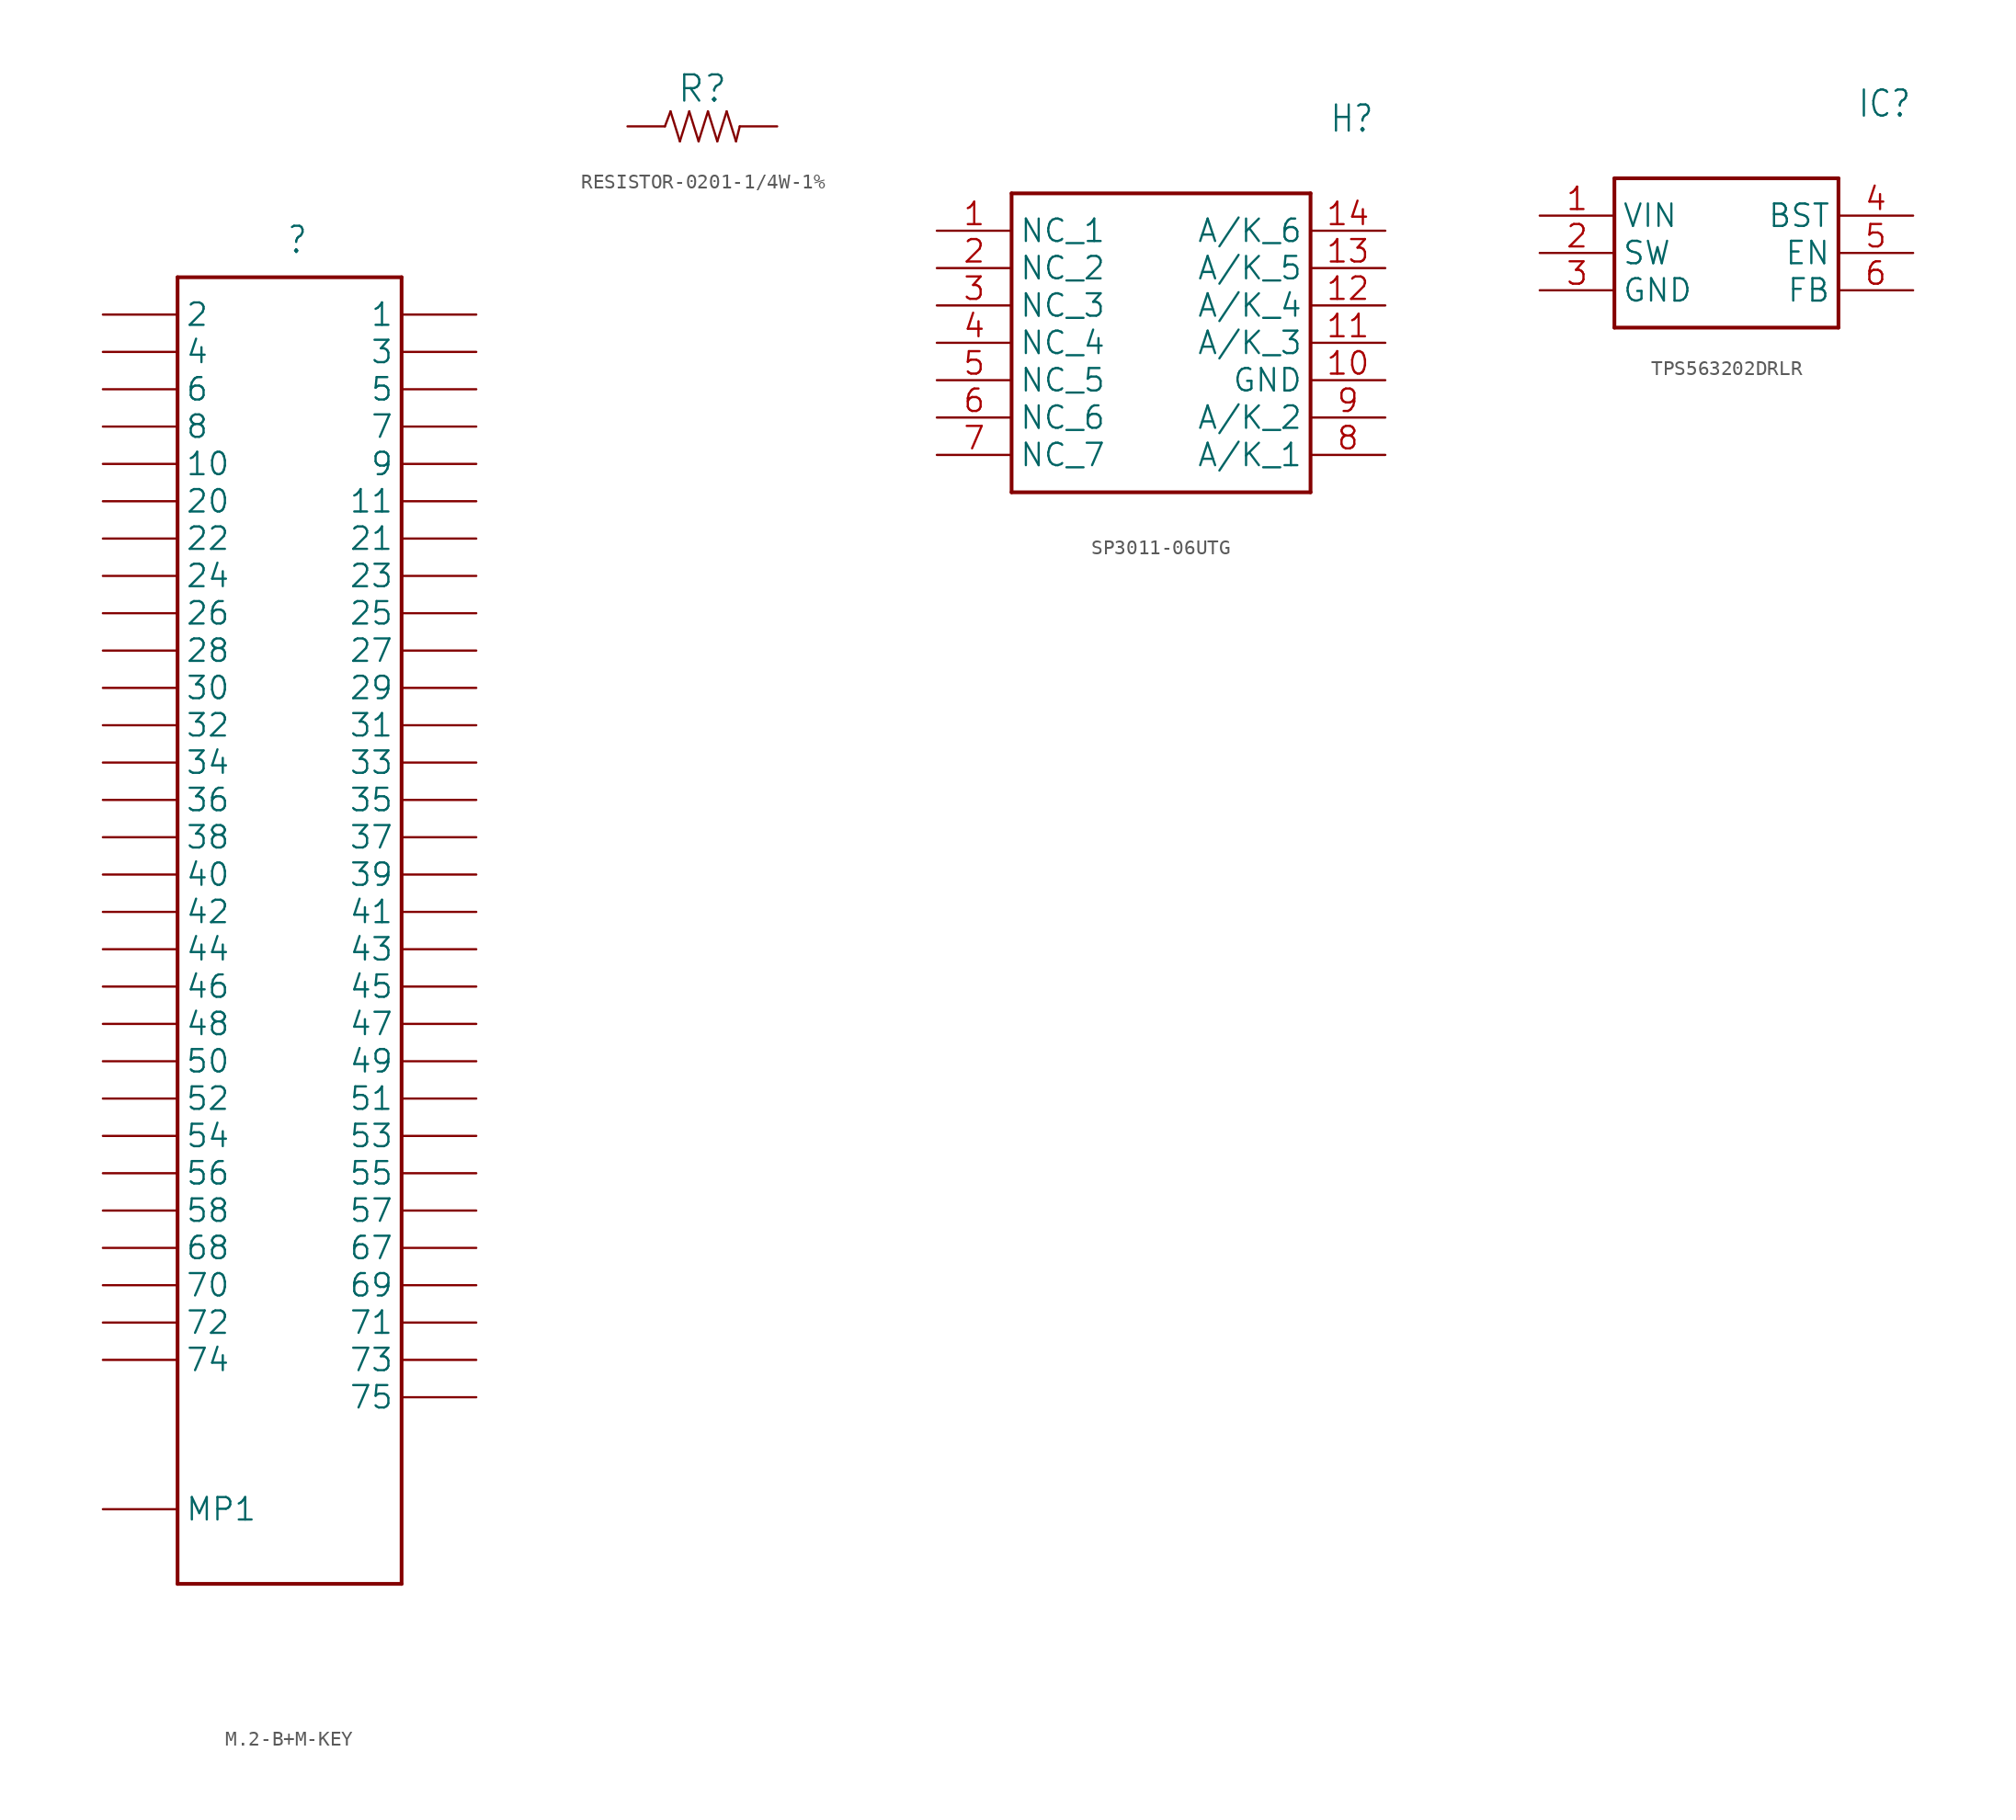
<source format=kicad_sym>
(kicad_symbol_lib
  (version 20241209)
  (generator "kicad_symbol_editor")
  (generator_version "9.0")
  (symbol "M.2-B+M-KEY"
    (property "Reference" ""
      (at 8.89 91.44 0)
      (effects (font (size 1.778 1.511)) (justify right)))
    (property "Value" ""
      (at 8.89 93.98 0)
      (effects (font (size 1.778 1.511)) (justify right)))
    (property "ki_locked" ""
      (at 0 0 0)
      (effects (font (size 1.27 1.27))))
    (symbol "M.2-B+M-KEY_1_0"
      (polyline (pts (xy 0 0) (xy 0 88.9)) (stroke (width 0.254) (type solid)) (fill (type none)))
      (polyline (pts (xy 0 0) (xy 15.24 0)) (stroke (width 0.254) (type solid)) (fill (type none)))
      (polyline (pts (xy 15.24 88.9) (xy 0 88.9)) (stroke (width 0.254) (type solid)) (fill (type none)))
      (polyline (pts (xy 15.24 88.9) (xy 15.24 0)) (stroke (width 0.254) (type solid)) (fill (type none)))
      (pin bidirectional line (at -5.08 86.36 0) (length 5.08) (name "2" (effects (font (size 1.524 1.524)))) (number "P$2" (effects (font (size 0 0)))))
      (pin bidirectional line (at -5.08 83.82 0) (length 5.08) (name "4" (effects (font (size 1.524 1.524)))) (number "P$4" (effects (font (size 0 0)))))
      (pin bidirectional line (at -5.08 81.28 0) (length 5.08) (name "6" (effects (font (size 1.524 1.524)))) (number "P$6" (effects (font (size 0 0)))))
      (pin bidirectional line (at -5.08 78.74 0) (length 5.08) (name "8" (effects (font (size 1.524 1.524)))) (number "P$8" (effects (font (size 0 0)))))
      (pin bidirectional line (at -5.08 76.2 0) (length 5.08) (name "10" (effects (font (size 1.524 1.524)))) (number "P$10" (effects (font (size 0 0)))))
      (pin bidirectional line (at -5.08 73.66 0) (length 5.08) (name "20" (effects (font (size 1.524 1.524)))) (number "P$20" (effects (font (size 0 0)))))
      (pin bidirectional line (at -5.08 71.12 0) (length 5.08) (name "22" (effects (font (size 1.524 1.524)))) (number "P$22" (effects (font (size 0 0)))))
      (pin bidirectional line (at -5.08 68.58 0) (length 5.08) (name "24" (effects (font (size 1.524 1.524)))) (number "P$24" (effects (font (size 0 0)))))
      (pin bidirectional line (at -5.08 66.04 0) (length 5.08) (name "26" (effects (font (size 1.524 1.524)))) (number "P$26" (effects (font (size 0 0)))))
      (pin bidirectional line (at -5.08 63.5 0) (length 5.08) (name "28" (effects (font (size 1.524 1.524)))) (number "P$28" (effects (font (size 0 0)))))
      (pin bidirectional line (at -5.08 60.96 0) (length 5.08) (name "30" (effects (font (size 1.524 1.524)))) (number "P$30" (effects (font (size 0 0)))))
      (pin bidirectional line (at -5.08 58.42 0) (length 5.08) (name "32" (effects (font (size 1.524 1.524)))) (number "P$32" (effects (font (size 0 0)))))
      (pin bidirectional line (at -5.08 55.88 0) (length 5.08) (name "34" (effects (font (size 1.524 1.524)))) (number "P$34" (effects (font (size 0 0)))))
      (pin bidirectional line (at -5.08 53.34 0) (length 5.08) (name "36" (effects (font (size 1.524 1.524)))) (number "P$36" (effects (font (size 0 0)))))
      (pin bidirectional line (at -5.08 50.8 0) (length 5.08) (name "38" (effects (font (size 1.524 1.524)))) (number "P$38" (effects (font (size 0 0)))))
      (pin bidirectional line (at -5.08 48.26 0) (length 5.08) (name "40" (effects (font (size 1.524 1.524)))) (number "P$40" (effects (font (size 0 0)))))
      (pin bidirectional line (at -5.08 45.72 0) (length 5.08) (name "42" (effects (font (size 1.524 1.524)))) (number "P$42" (effects (font (size 0 0)))))
      (pin bidirectional line (at -5.08 43.18 0) (length 5.08) (name "44" (effects (font (size 1.524 1.524)))) (number "P$44" (effects (font (size 0 0)))))
      (pin bidirectional line (at -5.08 40.64 0) (length 5.08) (name "46" (effects (font (size 1.524 1.524)))) (number "P$46" (effects (font (size 0 0)))))
      (pin bidirectional line (at -5.08 38.1 0) (length 5.08) (name "48" (effects (font (size 1.524 1.524)))) (number "P$48" (effects (font (size 0 0)))))
      (pin bidirectional line (at -5.08 35.56 0) (length 5.08) (name "50" (effects (font (size 1.524 1.524)))) (number "P$50" (effects (font (size 0 0)))))
      (pin bidirectional line (at -5.08 33.02 0) (length 5.08) (name "52" (effects (font (size 1.524 1.524)))) (number "P$52" (effects (font (size 0 0)))))
      (pin bidirectional line (at -5.08 30.48 0) (length 5.08) (name "54" (effects (font (size 1.524 1.524)))) (number "P$54" (effects (font (size 0 0)))))
      (pin bidirectional line (at -5.08 27.94 0) (length 5.08) (name "56" (effects (font (size 1.524 1.524)))) (number "P$56" (effects (font (size 0 0)))))
      (pin bidirectional line (at -5.08 25.4 0) (length 5.08) (name "58" (effects (font (size 1.524 1.524)))) (number "P$58" (effects (font (size 0 0)))))
      (pin bidirectional line (at -5.08 22.86 0) (length 5.08) (name "68" (effects (font (size 1.524 1.524)))) (number "P$68" (effects (font (size 0 0)))))
      (pin bidirectional line (at -5.08 20.32 0) (length 5.08) (name "70" (effects (font (size 1.524 1.524)))) (number "P$70" (effects (font (size 0 0)))))
      (pin bidirectional line (at -5.08 17.78 0) (length 5.08) (name "72" (effects (font (size 1.524 1.524)))) (number "P$72" (effects (font (size 0 0)))))
      (pin bidirectional line (at -5.08 15.24 0) (length 5.08) (name "74" (effects (font (size 1.524 1.524)))) (number "P$74" (effects (font (size 0 0)))))
      (pin bidirectional line (at -5.08 5.08 0) (length 5.08) (name "MP1" (effects (font (size 1.524 1.524)))) (number "MOUNTING-HOLE" (effects (font (size 0 0)))))
      (pin bidirectional line (at 20.32 86.36 180) (length 5.08) (name "1" (effects (font (size 1.524 1.524)))) (number "P$1" (effects (font (size 0 0)))))
      (pin bidirectional line (at 20.32 83.82 180) (length 5.08) (name "3" (effects (font (size 1.524 1.524)))) (number "P$3" (effects (font (size 0 0)))))
      (pin bidirectional line (at 20.32 81.28 180) (length 5.08) (name "5" (effects (font (size 1.524 1.524)))) (number "P$5" (effects (font (size 0 0)))))
      (pin bidirectional line (at 20.32 78.74 180) (length 5.08) (name "7" (effects (font (size 1.524 1.524)))) (number "P$7" (effects (font (size 0 0)))))
      (pin bidirectional line (at 20.32 76.2 180) (length 5.08) (name "9" (effects (font (size 1.524 1.524)))) (number "P$9" (effects (font (size 0 0)))))
      (pin bidirectional line (at 20.32 73.66 180) (length 5.08) (name "11" (effects (font (size 1.524 1.524)))) (number "P$11" (effects (font (size 0 0)))))
      (pin bidirectional line (at 20.32 71.12 180) (length 5.08) (name "21" (effects (font (size 1.524 1.524)))) (number "P$21" (effects (font (size 0 0)))))
      (pin bidirectional line (at 20.32 68.58 180) (length 5.08) (name "23" (effects (font (size 1.524 1.524)))) (number "P$23" (effects (font (size 0 0)))))
      (pin bidirectional line (at 20.32 66.04 180) (length 5.08) (name "25" (effects (font (size 1.524 1.524)))) (number "P$25" (effects (font (size 0 0)))))
      (pin bidirectional line (at 20.32 63.5 180) (length 5.08) (name "27" (effects (font (size 1.524 1.524)))) (number "P$27" (effects (font (size 0 0)))))
      (pin bidirectional line (at 20.32 60.96 180) (length 5.08) (name "29" (effects (font (size 1.524 1.524)))) (number "P$29" (effects (font (size 0 0)))))
      (pin bidirectional line (at 20.32 58.42 180) (length 5.08) (name "31" (effects (font (size 1.524 1.524)))) (number "P$31" (effects (font (size 0 0)))))
      (pin bidirectional line (at 20.32 55.88 180) (length 5.08) (name "33" (effects (font (size 1.524 1.524)))) (number "P$33" (effects (font (size 0 0)))))
      (pin bidirectional line (at 20.32 53.34 180) (length 5.08) (name "35" (effects (font (size 1.524 1.524)))) (number "P$35" (effects (font (size 0 0)))))
      (pin bidirectional line (at 20.32 50.8 180) (length 5.08) (name "37" (effects (font (size 1.524 1.524)))) (number "P$37" (effects (font (size 0 0)))))
      (pin bidirectional line (at 20.32 48.26 180) (length 5.08) (name "39" (effects (font (size 1.524 1.524)))) (number "P$39" (effects (font (size 0 0)))))
      (pin bidirectional line (at 20.32 45.72 180) (length 5.08) (name "41" (effects (font (size 1.524 1.524)))) (number "P$41" (effects (font (size 0 0)))))
      (pin bidirectional line (at 20.32 43.18 180) (length 5.08) (name "43" (effects (font (size 1.524 1.524)))) (number "P$43" (effects (font (size 0 0)))))
      (pin bidirectional line (at 20.32 40.64 180) (length 5.08) (name "45" (effects (font (size 1.524 1.524)))) (number "P$45" (effects (font (size 0 0)))))
      (pin bidirectional line (at 20.32 38.1 180) (length 5.08) (name "47" (effects (font (size 1.524 1.524)))) (number "P$47" (effects (font (size 0 0)))))
      (pin bidirectional line (at 20.32 35.56 180) (length 5.08) (name "49" (effects (font (size 1.524 1.524)))) (number "P$49" (effects (font (size 0 0)))))
      (pin bidirectional line (at 20.32 33.02 180) (length 5.08) (name "51" (effects (font (size 1.524 1.524)))) (number "P$51" (effects (font (size 0 0)))))
      (pin bidirectional line (at 20.32 30.48 180) (length 5.08) (name "53" (effects (font (size 1.524 1.524)))) (number "P$53" (effects (font (size 0 0)))))
      (pin bidirectional line (at 20.32 27.94 180) (length 5.08) (name "55" (effects (font (size 1.524 1.524)))) (number "P$55" (effects (font (size 0 0)))))
      (pin bidirectional line (at 20.32 25.4 180) (length 5.08) (name "57" (effects (font (size 1.524 1.524)))) (number "P$57" (effects (font (size 0 0)))))
      (pin bidirectional line (at 20.32 22.86 180) (length 5.08) (name "67" (effects (font (size 1.524 1.524)))) (number "P$67" (effects (font (size 0 0)))))
      (pin bidirectional line (at 20.32 20.32 180) (length 5.08) (name "69" (effects (font (size 1.524 1.524)))) (number "P$69" (effects (font (size 0 0)))))
      (pin bidirectional line (at 20.32 17.78 180) (length 5.08) (name "71" (effects (font (size 1.524 1.524)))) (number "P$71" (effects (font (size 0 0)))))
      (pin bidirectional line (at 20.32 15.24 180) (length 5.08) (name "73" (effects (font (size 1.524 1.524)))) (number "P$73" (effects (font (size 0 0)))))
      (pin bidirectional line (at 20.32 12.7 180) (length 5.08) (name "75" (effects (font (size 1.524 1.524)))) (number "P$75" (effects (font (size 0 0)))))))
  (symbol "RESISTOR-0201-1/4W-1%"
    (property "Reference" "R"
      (at 0 1.524 0)
      (effects (font (size 1.778 1.778)) (justify bottom)))
    (property "Value" ""
      (at 0 -1.524 0)
      (effects (font (size 1.778 1.778)) (justify top)))
    (property "ki_locked" ""
      (at 0 0 0)
      (effects (font (size 1.27 1.27))))
    (symbol "RESISTOR-0201-1/4W-1%_1_0"
      (polyline (pts (xy -2.54 0) (xy -2.159 1.016)) (stroke (width 0.152) (type solid)) (fill (type none)))
      (polyline (pts (xy -2.159 1.016) (xy -1.524 -1.016)) (stroke (width 0.152) (type solid)) (fill (type none)))
      (polyline (pts (xy -1.524 -1.016) (xy -0.889 1.016)) (stroke (width 0.152) (type solid)) (fill (type none)))
      (polyline (pts (xy -0.889 1.016) (xy -0.254 -1.016)) (stroke (width 0.152) (type solid)) (fill (type none)))
      (polyline (pts (xy -0.254 -1.016) (xy 0.381 1.016)) (stroke (width 0.152) (type solid)) (fill (type none)))
      (polyline (pts (xy 0.381 1.016) (xy 1.016 -1.016)) (stroke (width 0.152) (type solid)) (fill (type none)))
      (polyline (pts (xy 1.016 -1.016) (xy 1.651 1.016)) (stroke (width 0.152) (type solid)) (fill (type none)))
      (polyline (pts (xy 1.651 1.016) (xy 2.286 -1.016)) (stroke (width 0.152) (type solid)) (fill (type none)))
      (polyline (pts (xy 2.286 -1.016) (xy 2.54 0)) (stroke (width 0.152) (type solid)) (fill (type none)))
      (pin passive line (at -5.08 0 0) (length 2.54) (name "1" (effects (font (size 0 0)))) (number "1" (effects (font (size 0 0)))))
      (pin passive line (at 5.08 0 180) (length 2.54) (name "2" (effects (font (size 0 0)))) (number "2" (effects (font (size 0 0)))))))
  (symbol "SP3011-06UTG"
    (property "Reference" "H"
      (at 26.67 7.62 0)
      (effects (font (size 1.778 1.511)) (justify left)))
    (property "Value" ""
      (at 26.67 5.08 0)
      (effects (font (size 1.778 1.511)) (justify left)))
    (property "ki_locked" ""
      (at 0 0 0)
      (effects (font (size 1.27 1.27))))
    (symbol "SP3011-06UTG_1_0"
      (polyline (pts (xy 5.08 2.54) (xy 5.08 -17.78)) (stroke (width 0.254) (type solid)) (fill (type none)))
      (polyline (pts (xy 5.08 2.54) (xy 25.4 2.54)) (stroke (width 0.254) (type solid)) (fill (type none)))
      (polyline (pts (xy 25.4 -17.78) (xy 5.08 -17.78)) (stroke (width 0.254) (type solid)) (fill (type none)))
      (polyline (pts (xy 25.4 -17.78) (xy 25.4 2.54)) (stroke (width 0.254) (type solid)) (fill (type none)))
      (pin bidirectional line (at 0 0 0) (length 5.08) (name "NC_1" (effects (font (size 1.524 1.524)))) (number "1" (effects (font (size 1.524 1.524)))))
      (pin bidirectional line (at 0 -2.54 0) (length 5.08) (name "NC_2" (effects (font (size 1.524 1.524)))) (number "2" (effects (font (size 1.524 1.524)))))
      (pin bidirectional line (at 0 -5.08 0) (length 5.08) (name "NC_3" (effects (font (size 1.524 1.524)))) (number "3" (effects (font (size 1.524 1.524)))))
      (pin bidirectional line (at 0 -7.62 0) (length 5.08) (name "NC_4" (effects (font (size 1.524 1.524)))) (number "4" (effects (font (size 1.524 1.524)))))
      (pin bidirectional line (at 0 -10.16 0) (length 5.08) (name "NC_5" (effects (font (size 1.524 1.524)))) (number "5" (effects (font (size 1.524 1.524)))))
      (pin bidirectional line (at 0 -12.7 0) (length 5.08) (name "NC_6" (effects (font (size 1.524 1.524)))) (number "6" (effects (font (size 1.524 1.524)))))
      (pin bidirectional line (at 0 -15.24 0) (length 5.08) (name "NC_7" (effects (font (size 1.524 1.524)))) (number "7" (effects (font (size 1.524 1.524)))))
      (pin bidirectional line (at 30.48 0 180) (length 5.08) (name "A/K_6" (effects (font (size 1.524 1.524)))) (number "14" (effects (font (size 1.524 1.524)))))
      (pin bidirectional line (at 30.48 -2.54 180) (length 5.08) (name "A/K_5" (effects (font (size 1.524 1.524)))) (number "13" (effects (font (size 1.524 1.524)))))
      (pin bidirectional line (at 30.48 -5.08 180) (length 5.08) (name "A/K_4" (effects (font (size 1.524 1.524)))) (number "12" (effects (font (size 1.524 1.524)))))
      (pin bidirectional line (at 30.48 -7.62 180) (length 5.08) (name "A/K_3" (effects (font (size 1.524 1.524)))) (number "11" (effects (font (size 1.524 1.524)))))
      (pin bidirectional line (at 30.48 -10.16 180) (length 5.08) (name "GND" (effects (font (size 1.524 1.524)))) (number "10" (effects (font (size 1.524 1.524)))))
      (pin bidirectional line (at 30.48 -12.7 180) (length 5.08) (name "A/K_2" (effects (font (size 1.524 1.524)))) (number "9" (effects (font (size 1.524 1.524)))))
      (pin bidirectional line (at 30.48 -15.24 180) (length 5.08) (name "A/K_1" (effects (font (size 1.524 1.524)))) (number "8" (effects (font (size 1.524 1.524)))))))
  (symbol "TPS563202DRLR"
    (property "Reference" "IC"
      (at 21.59 7.62 0)
      (effects (font (size 1.778 1.511)) (justify left)))
    (property "Value" ""
      (at 21.59 5.08 0)
      (effects (font (size 1.778 1.511)) (justify left)))
    (property "ki_locked" ""
      (at 0 0 0)
      (effects (font (size 1.27 1.27))))
    (symbol "TPS563202DRLR_1_0"
      (polyline (pts (xy 5.08 2.54) (xy 5.08 -7.62)) (stroke (width 0.254) (type solid)) (fill (type none)))
      (polyline (pts (xy 5.08 2.54) (xy 20.32 2.54)) (stroke (width 0.254) (type solid)) (fill (type none)))
      (polyline (pts (xy 20.32 -7.62) (xy 5.08 -7.62)) (stroke (width 0.254) (type solid)) (fill (type none)))
      (polyline (pts (xy 20.32 -7.62) (xy 20.32 2.54)) (stroke (width 0.254) (type solid)) (fill (type none)))
      (pin bidirectional line (at 0 0 0) (length 5.08) (name "VIN" (effects (font (size 1.524 1.524)))) (number "1" (effects (font (size 1.524 1.524)))))
      (pin bidirectional line (at 0 -2.54 0) (length 5.08) (name "SW" (effects (font (size 1.524 1.524)))) (number "2" (effects (font (size 1.524 1.524)))))
      (pin bidirectional line (at 0 -5.08 0) (length 5.08) (name "GND" (effects (font (size 1.524 1.524)))) (number "3" (effects (font (size 1.524 1.524)))))
      (pin bidirectional line (at 25.4 0 180) (length 5.08) (name "BST" (effects (font (size 1.524 1.524)))) (number "4" (effects (font (size 1.524 1.524)))))
      (pin bidirectional line (at 25.4 -2.54 180) (length 5.08) (name "EN" (effects (font (size 1.524 1.524)))) (number "5" (effects (font (size 1.524 1.524)))))
      (pin bidirectional line (at 25.4 -5.08 180) (length 5.08) (name "FB" (effects (font (size 1.524 1.524)))) (number "6" (effects (font (size 1.524 1.524))))))))
</source>
